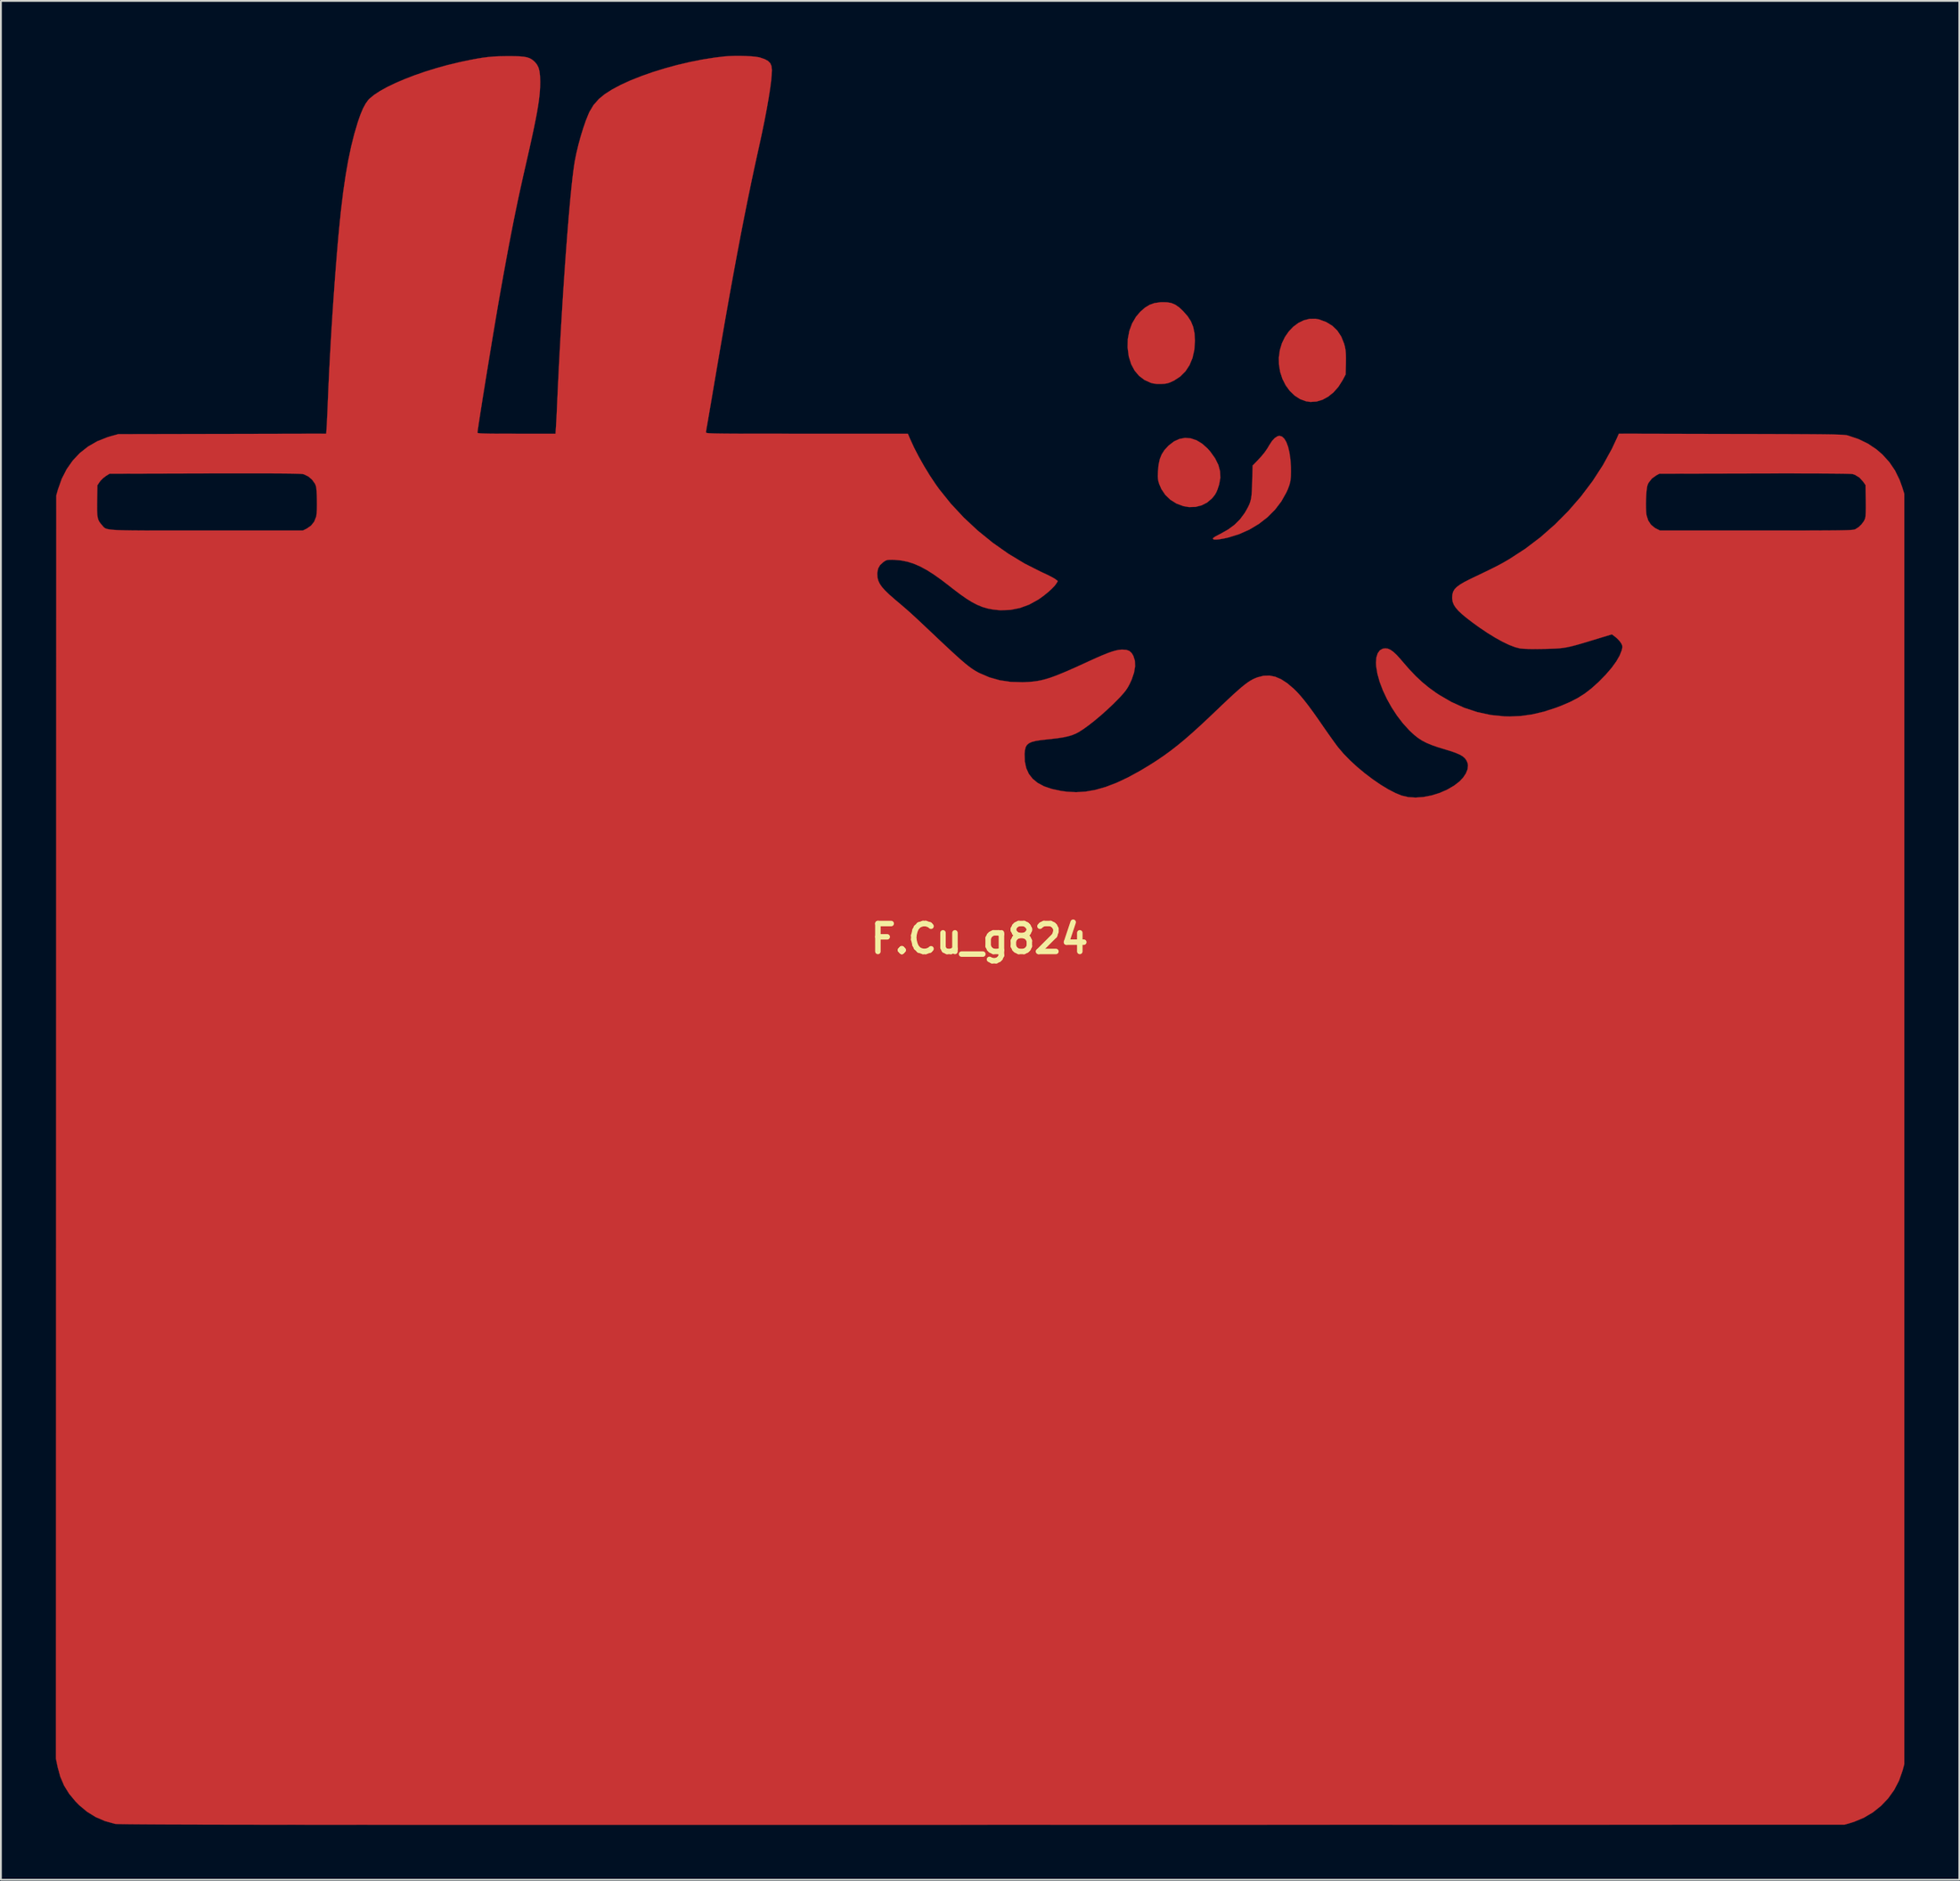
<source format=kicad_pcb>
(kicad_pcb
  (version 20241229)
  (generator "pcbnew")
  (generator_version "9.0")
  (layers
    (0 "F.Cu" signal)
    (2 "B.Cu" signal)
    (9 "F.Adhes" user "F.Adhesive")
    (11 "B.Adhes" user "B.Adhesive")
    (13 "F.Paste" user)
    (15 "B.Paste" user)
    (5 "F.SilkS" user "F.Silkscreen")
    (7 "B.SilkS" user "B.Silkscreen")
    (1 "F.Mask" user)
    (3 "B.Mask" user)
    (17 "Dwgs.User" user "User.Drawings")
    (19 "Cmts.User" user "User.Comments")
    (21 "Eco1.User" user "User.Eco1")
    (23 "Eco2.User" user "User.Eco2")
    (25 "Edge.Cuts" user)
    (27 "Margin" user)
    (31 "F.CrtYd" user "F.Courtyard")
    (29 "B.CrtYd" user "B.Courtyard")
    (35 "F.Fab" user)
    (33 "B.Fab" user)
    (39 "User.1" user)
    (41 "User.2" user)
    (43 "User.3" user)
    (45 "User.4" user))
  (footprint "F.Cu_g824"
    (layer "F.Cu")
    (at 50.467 48.256)
    (property "Reference" "F.Cu_g824" (at 0 0 0) (layer "F.SilkS") (effects (font (size 1.524 1.524) (thickness 0.3))))
    (attr through_hole)
    (fp_poly (pts (xy 18.553 -33.848) (xy 18.943 -33.705) (xy 19.275 -33.502) (xy 19.549 -33.237) (xy 19.763 -32.912) (xy 19.918 -32.526) (xy 19.964 -32.356) (xy 19.995 -32.185) (xy 20.013 -31.987) (xy 20.02 -31.74) (xy 20.017 -31.454) (xy 20.002 -30.84) (xy 19.834 -30.525) (xy 19.608 -30.168) (xy 19.344 -29.868) (xy 19.052 -29.631) (xy 18.739 -29.461) (xy 18.412 -29.363) (xy 18.081 -29.342) (xy 17.841 -29.377) (xy 17.513 -29.497) (xy 17.214 -29.69) (xy 16.95 -29.945) (xy 16.726 -30.253) (xy 16.549 -30.604) (xy 16.425 -30.988) (xy 16.359 -31.397) (xy 16.354 -31.771) (xy 16.409 -32.172) (xy 16.523 -32.547) (xy 16.688 -32.89) (xy 16.898 -33.193) (xy 17.144 -33.451) (xy 17.42 -33.656) (xy 17.718 -33.801) (xy 18.031 -33.88) (xy 18.352 -33.885) (xy 18.553 -33.848)) (stroke (width 0.01) (type solid)) (fill yes) (layer "F.Cu"))
    (fp_poly (pts (xy 11.545 -27.35) (xy 11.856 -27.245) (xy 12.161 -27.06) (xy 12.457 -26.797) (xy 12.612 -26.621) (xy 12.871 -26.257) (xy 13.048 -25.9) (xy 13.142 -25.546) (xy 13.156 -25.191) (xy 13.091 -24.831) (xy 13.082 -24.802) (xy 13.009 -24.576) (xy 12.94 -24.408) (xy 12.862 -24.271) (xy 12.76 -24.139) (xy 12.688 -24.058) (xy 12.432 -23.841) (xy 12.132 -23.689) (xy 11.8 -23.605) (xy 11.451 -23.594) (xy 11.138 -23.647) (xy 10.757 -23.789) (xy 10.426 -23.997) (xy 10.149 -24.264) (xy 9.935 -24.583) (xy 9.819 -24.853) (xy 9.775 -24.997) (xy 9.75 -25.128) (xy 9.741 -25.273) (xy 9.746 -25.463) (xy 9.75 -25.548) (xy 9.785 -25.915) (xy 9.851 -26.218) (xy 9.955 -26.477) (xy 10.104 -26.708) (xy 10.307 -26.931) (xy 10.343 -26.966) (xy 10.629 -27.184) (xy 10.927 -27.321) (xy 11.234 -27.376) (xy 11.545 -27.35)) (stroke (width 0.01) (type solid)) (fill yes) (layer "F.Cu"))
    (fp_poly (pts (xy 10.227 -34.787) (xy 10.475 -34.746) (xy 10.694 -34.655) (xy 10.907 -34.507) (xy 11.113 -34.315) (xy 11.366 -34.029) (xy 11.551 -33.743) (xy 11.674 -33.44) (xy 11.744 -33.099) (xy 11.768 -32.704) (xy 11.768 -32.662) (xy 11.734 -32.179) (xy 11.635 -31.74) (xy 11.472 -31.35) (xy 11.249 -31.012) (xy 10.968 -30.731) (xy 10.63 -30.51) (xy 10.597 -30.494) (xy 10.416 -30.41) (xy 10.267 -30.36) (xy 10.11 -30.335) (xy 9.935 -30.324) (xy 9.684 -30.325) (xy 9.48 -30.353) (xy 9.352 -30.388) (xy 9.009 -30.544) (xy 8.716 -30.767) (xy 8.474 -31.054) (xy 8.289 -31.399) (xy 8.162 -31.8) (xy 8.152 -31.846) (xy 8.091 -32.319) (xy 8.103 -32.781) (xy 8.186 -33.221) (xy 8.336 -33.629) (xy 8.551 -33.996) (xy 8.779 -34.264) (xy 9.035 -34.49) (xy 9.286 -34.645) (xy 9.555 -34.74) (xy 9.864 -34.785) (xy 9.927 -34.789) (xy 10.227 -34.787)) (stroke (width 0.01) (type solid)) (fill yes) (layer "F.Cu"))
    (fp_poly (pts (xy 16.528 -27.448) (xy 16.654 -27.329) (xy 16.765 -27.14) (xy 16.858 -26.887) (xy 16.932 -26.576) (xy 16.984 -26.214) (xy 17.012 -25.808) (xy 17.017 -25.528) (xy 17.009 -25.248) (xy 16.984 -25.018) (xy 16.932 -24.807) (xy 16.848 -24.581) (xy 16.763 -24.392) (xy 16.487 -23.902) (xy 16.14 -23.448) (xy 15.728 -23.037) (xy 15.26 -22.674) (xy 14.742 -22.364) (xy 14.182 -22.115) (xy 13.605 -21.935) (xy 13.362 -21.88) (xy 13.141 -21.841) (xy 12.959 -21.82) (xy 12.833 -21.82) (xy 12.795 -21.828) (xy 12.754 -21.857) (xy 12.757 -21.892) (xy 12.814 -21.942) (xy 12.931 -22.012) (xy 13.116 -22.109) (xy 13.166 -22.134) (xy 13.587 -22.372) (xy 13.937 -22.63) (xy 14.231 -22.923) (xy 14.482 -23.261) (xy 14.595 -23.453) (xy 14.683 -23.617) (xy 14.751 -23.763) (xy 14.801 -23.907) (xy 14.838 -24.064) (xy 14.863 -24.248) (xy 14.88 -24.477) (xy 14.892 -24.765) (xy 14.899 -24.986) (xy 14.922 -25.863) (xy 15.18 -26.129) (xy 15.404 -26.371) (xy 15.581 -26.588) (xy 15.73 -26.805) (xy 15.826 -26.967) (xy 15.977 -27.2) (xy 16.133 -27.369) (xy 16.284 -27.466) (xy 16.389 -27.488) (xy 16.528 -27.448)) (stroke (width 0.01) (type solid)) (fill yes) (layer "F.Cu"))
    (fp_poly (pts (xy -12.755 -48.243) (xy -12.468 -48.227) (xy -12.222 -48.204) (xy -12.038 -48.173) (xy -12.002 -48.164) (xy -11.74 -48.075) (xy -11.554 -47.973) (xy -11.432 -47.848) (xy -11.366 -47.69) (xy -11.345 -47.487) (xy -11.345 -47.48) (xy -11.357 -47.201) (xy -11.391 -46.844) (xy -11.448 -46.416) (xy -11.526 -45.921) (xy -11.624 -45.363) (xy -11.741 -44.748) (xy -11.877 -44.08) (xy -12.032 -43.363) (xy -12.087 -43.117) (xy -12.277 -42.252) (xy -12.468 -41.356) (xy -12.661 -40.421) (xy -12.857 -39.445) (xy -13.057 -38.42) (xy -13.261 -37.343) (xy -13.471 -36.207) (xy -13.688 -35.009) (xy -13.912 -33.743) (xy -14.144 -32.403) (xy -14.387 -30.985) (xy -14.411 -30.84) (xy -14.491 -30.372) (xy -14.567 -29.924) (xy -14.638 -29.503) (xy -14.704 -29.118) (xy -14.763 -28.775) (xy -14.813 -28.483) (xy -14.853 -28.25) (xy -14.882 -28.084) (xy -14.899 -27.993) (xy -14.9 -27.987) (xy -14.925 -27.844) (xy -14.941 -27.725) (xy -14.944 -27.68) (xy -14.942 -27.669) (xy -14.933 -27.659) (xy -14.912 -27.649) (xy -14.877 -27.641) (xy -14.821 -27.634) (xy -14.742 -27.628) (xy -14.634 -27.623) (xy -14.494 -27.618) (xy -14.316 -27.614) (xy -14.098 -27.611) (xy -13.834 -27.608) (xy -13.521 -27.606) (xy -13.153 -27.604) (xy -12.727 -27.603) (xy -12.239 -27.602) (xy -11.684 -27.602) (xy -11.058 -27.602) (xy -10.356 -27.601) (xy -9.575 -27.601) (xy -9.429 -27.601) (xy -3.914 -27.601) (xy -3.793 -27.316) (xy -3.58 -26.852) (xy -3.321 -26.35) (xy -3.03 -25.834) (xy -2.719 -25.325) (xy -2.401 -24.847) (xy -2.206 -24.575) (xy -1.567 -23.779) (xy -0.859 -23.02) (xy -0.094 -22.306) (xy 0.721 -21.645) (xy 1.575 -21.044) (xy 2.458 -20.511) (xy 3.362 -20.054) (xy 3.425 -20.025) (xy 3.641 -19.925) (xy 3.839 -19.827) (xy 4.003 -19.741) (xy 4.114 -19.676) (xy 4.135 -19.661) (xy 4.277 -19.553) (xy 4.202 -19.424) (xy 4.103 -19.291) (xy 3.947 -19.129) (xy 3.75 -18.95) (xy 3.528 -18.769) (xy 3.296 -18.599) (xy 3.2 -18.535) (xy 2.712 -18.266) (xy 2.21 -18.081) (xy 1.694 -17.978) (xy 1.165 -17.958) (xy 1.088 -17.962) (xy 0.765 -17.994) (xy 0.466 -18.048) (xy 0.179 -18.13) (xy -0.108 -18.245) (xy -0.405 -18.399) (xy -0.724 -18.597) (xy -1.075 -18.844) (xy -1.471 -19.145) (xy -1.58 -19.231) (xy -2.056 -19.598) (xy -2.487 -19.905) (xy -2.881 -20.155) (xy -3.248 -20.353) (xy -3.597 -20.503) (xy -3.936 -20.61) (xy -4.276 -20.678) (xy -4.624 -20.711) (xy -4.741 -20.715) (xy -4.913 -20.716) (xy -5.03 -20.705) (xy -5.119 -20.676) (xy -5.211 -20.621) (xy -5.253 -20.591) (xy -5.434 -20.426) (xy -5.542 -20.238) (xy -5.586 -20.008) (xy -5.588 -19.929) (xy -5.575 -19.747) (xy -5.533 -19.577) (xy -5.455 -19.408) (xy -5.334 -19.232) (xy -5.164 -19.039) (xy -4.938 -18.82) (xy -4.65 -18.567) (xy -4.555 -18.486) (xy -4.359 -18.321) (xy -4.188 -18.175) (xy -4.032 -18.041) (xy -3.882 -17.909) (xy -3.728 -17.771) (xy -3.56 -17.617) (xy -3.369 -17.44) (xy -3.146 -17.231) (xy -2.881 -16.981) (xy -2.564 -16.682) (xy -2.561 -16.679) (xy -2.152 -16.292) (xy -1.798 -15.96) (xy -1.492 -15.676) (xy -1.23 -15.437) (xy -1.004 -15.236) (xy -0.81 -15.069) (xy -0.641 -14.932) (xy -0.491 -14.818) (xy -0.354 -14.723) (xy -0.225 -14.642) (xy -0.097 -14.57) (xy 0 -14.52) (xy 0.541 -14.288) (xy 1.105 -14.129) (xy 1.699 -14.041) (xy 2.335 -14.022) (xy 2.452 -14.025) (xy 2.701 -14.038) (xy 2.933 -14.058) (xy 3.155 -14.088) (xy 3.378 -14.131) (xy 3.609 -14.19) (xy 3.858 -14.267) (xy 4.133 -14.366) (xy 4.444 -14.489) (xy 4.8 -14.639) (xy 5.209 -14.819) (xy 5.679 -15.033) (xy 5.969 -15.166) (xy 6.374 -15.35) (xy 6.713 -15.497) (xy 6.996 -15.611) (xy 7.233 -15.696) (xy 7.433 -15.754) (xy 7.605 -15.789) (xy 7.759 -15.805) (xy 7.797 -15.806) (xy 8.02 -15.792) (xy 8.185 -15.733) (xy 8.311 -15.619) (xy 8.401 -15.47) (xy 8.486 -15.205) (xy 8.5 -14.898) (xy 8.443 -14.555) (xy 8.317 -14.178) (xy 8.202 -13.928) (xy 8.11 -13.757) (xy 8.01 -13.602) (xy 7.886 -13.443) (xy 7.724 -13.261) (xy 7.58 -13.11) (xy 7.265 -12.795) (xy 6.934 -12.484) (xy 6.597 -12.185) (xy 6.265 -11.908) (xy 5.949 -11.661) (xy 5.661 -11.454) (xy 5.41 -11.295) (xy 5.271 -11.221) (xy 5.078 -11.141) (xy 4.856 -11.073) (xy 4.594 -11.015) (xy 4.278 -10.965) (xy 3.896 -10.919) (xy 3.715 -10.9) (xy 3.357 -10.861) (xy 3.075 -10.817) (xy 2.859 -10.762) (xy 2.701 -10.691) (xy 2.591 -10.597) (xy 2.521 -10.475) (xy 2.481 -10.319) (xy 2.463 -10.124) (xy 2.462 -10.097) (xy 2.475 -9.689) (xy 2.551 -9.329) (xy 2.693 -9.015) (xy 2.901 -8.746) (xy 3.178 -8.52) (xy 3.525 -8.335) (xy 3.945 -8.191) (xy 4.438 -8.085) (xy 4.766 -8.04) (xy 5.277 -8.012) (xy 5.799 -8.045) (xy 6.339 -8.141) (xy 6.901 -8.302) (xy 7.491 -8.528) (xy 8.115 -8.822) (xy 8.779 -9.185) (xy 8.859 -9.232) (xy 9.281 -9.487) (xy 9.677 -9.739) (xy 10.056 -9.996) (xy 10.427 -10.265) (xy 10.801 -10.556) (xy 11.187 -10.873) (xy 11.594 -11.227) (xy 12.032 -11.623) (xy 12.511 -12.07) (xy 12.861 -12.403) (xy 13.248 -12.773) (xy 13.582 -13.088) (xy 13.868 -13.353) (xy 14.113 -13.574) (xy 14.322 -13.755) (xy 14.504 -13.901) (xy 14.662 -14.018) (xy 14.805 -14.111) (xy 14.938 -14.185) (xy 15.067 -14.244) (xy 15.195 -14.293) (xy 15.522 -14.376) (xy 15.841 -14.386) (xy 16.158 -14.323) (xy 16.48 -14.184) (xy 16.812 -13.968) (xy 17.161 -13.672) (xy 17.162 -13.671) (xy 17.344 -13.491) (xy 17.536 -13.28) (xy 17.743 -13.031) (xy 17.971 -12.737) (xy 18.227 -12.389) (xy 18.516 -11.981) (xy 18.692 -11.726) (xy 18.877 -11.458) (xy 19.063 -11.193) (xy 19.239 -10.945) (xy 19.394 -10.729) (xy 19.519 -10.559) (xy 19.581 -10.477) (xy 19.881 -10.123) (xy 20.233 -9.761) (xy 20.624 -9.4) (xy 21.042 -9.052) (xy 21.474 -8.724) (xy 21.906 -8.427) (xy 22.327 -8.171) (xy 22.724 -7.966) (xy 23.06 -7.828) (xy 23.424 -7.743) (xy 23.828 -7.718) (xy 24.258 -7.75) (xy 24.698 -7.835) (xy 25.133 -7.97) (xy 25.548 -8.15) (xy 25.929 -8.372) (xy 26.216 -8.593) (xy 26.422 -8.809) (xy 26.573 -9.037) (xy 26.665 -9.265) (xy 26.689 -9.479) (xy 26.668 -9.601) (xy 26.609 -9.743) (xy 26.525 -9.864) (xy 26.405 -9.97) (xy 26.239 -10.068) (xy 26.018 -10.163) (xy 25.732 -10.263) (xy 25.455 -10.347) (xy 25.049 -10.471) (xy 24.711 -10.589) (xy 24.427 -10.707) (xy 24.182 -10.834) (xy 23.961 -10.978) (xy 23.748 -11.147) (xy 23.53 -11.349) (xy 23.471 -11.407) (xy 23.132 -11.78) (xy 22.813 -12.196) (xy 22.52 -12.643) (xy 22.26 -13.109) (xy 22.039 -13.58) (xy 21.863 -14.043) (xy 21.739 -14.487) (xy 21.672 -14.899) (xy 21.662 -15.092) (xy 21.684 -15.378) (xy 21.755 -15.602) (xy 21.87 -15.762) (xy 22.028 -15.854) (xy 22.174 -15.875) (xy 22.312 -15.856) (xy 22.455 -15.793) (xy 22.612 -15.681) (xy 22.792 -15.513) (xy 23.002 -15.281) (xy 23.099 -15.166) (xy 23.478 -14.73) (xy 23.835 -14.355) (xy 24.187 -14.026) (xy 24.551 -13.727) (xy 24.943 -13.444) (xy 25.107 -13.335) (xy 25.784 -12.941) (xy 26.486 -12.624) (xy 27.207 -12.387) (xy 27.942 -12.23) (xy 28.685 -12.156) (xy 28.974 -12.15) (xy 29.59 -12.178) (xy 30.205 -12.265) (xy 30.836 -12.414) (xy 31.495 -12.628) (xy 31.792 -12.741) (xy 32.268 -12.945) (xy 32.683 -13.159) (xy 33.06 -13.397) (xy 33.422 -13.675) (xy 33.793 -14.007) (xy 33.841 -14.053) (xy 34.217 -14.437) (xy 34.533 -14.804) (xy 34.786 -15.151) (xy 34.971 -15.47) (xy 35.085 -15.758) (xy 35.096 -15.798) (xy 35.122 -15.929) (xy 35.116 -16.024) (xy 35.071 -16.127) (xy 35.051 -16.164) (xy 34.962 -16.285) (xy 34.837 -16.416) (xy 34.754 -16.486) (xy 34.55 -16.641) (xy 33.563 -16.341) (xy 33.162 -16.219) (xy 32.828 -16.12) (xy 32.548 -16.041) (xy 32.308 -15.98) (xy 32.094 -15.934) (xy 31.893 -15.901) (xy 31.691 -15.878) (xy 31.475 -15.863) (xy 31.231 -15.853) (xy 30.945 -15.845) (xy 30.814 -15.843) (xy 30.378 -15.837) (xy 30.02 -15.84) (xy 29.741 -15.851) (xy 29.545 -15.869) (xy 29.519 -15.873) (xy 29.25 -15.943) (xy 28.929 -16.067) (xy 28.564 -16.243) (xy 28.165 -16.464) (xy 27.739 -16.727) (xy 27.295 -17.026) (xy 26.968 -17.263) (xy 26.635 -17.516) (xy 26.37 -17.735) (xy 26.165 -17.928) (xy 26.015 -18.101) (xy 25.913 -18.262) (xy 25.852 -18.42) (xy 25.826 -18.582) (xy 25.824 -18.639) (xy 25.835 -18.811) (xy 25.875 -18.962) (xy 25.952 -19.098) (xy 26.075 -19.227) (xy 26.25 -19.357) (xy 26.486 -19.497) (xy 26.791 -19.653) (xy 26.924 -19.717) (xy 27.311 -19.902) (xy 27.634 -20.057) (xy 27.901 -20.187) (xy 28.125 -20.299) (xy 28.316 -20.396) (xy 28.485 -20.486) (xy 28.643 -20.574) (xy 28.801 -20.665) (xy 28.957 -20.757) (xy 29.818 -21.316) (xy 30.646 -21.945) (xy 31.434 -22.637) (xy 32.176 -23.384) (xy 32.519 -23.778) (xy 36.409 -23.778) (xy 36.412 -23.527) (xy 36.423 -23.307) (xy 36.444 -23.145) (xy 36.534 -22.86) (xy 36.688 -22.628) (xy 36.902 -22.454) (xy 36.964 -22.42) (xy 37.185 -22.31) (xy 42.437 -22.311) (xy 43.214 -22.311) (xy 43.911 -22.311) (xy 44.532 -22.312) (xy 45.082 -22.312) (xy 45.565 -22.313) (xy 45.987 -22.315) (xy 46.351 -22.317) (xy 46.662 -22.319) (xy 46.924 -22.322) (xy 47.143 -22.326) (xy 47.322 -22.33) (xy 47.466 -22.335) (xy 47.579 -22.341) (xy 47.667 -22.348) (xy 47.734 -22.355) (xy 47.783 -22.364) (xy 47.821 -22.374) (xy 47.85 -22.385) (xy 47.858 -22.389) (xy 48.032 -22.499) (xy 48.196 -22.658) (xy 48.326 -22.837) (xy 48.388 -22.974) (xy 48.407 -23.091) (xy 48.42 -23.288) (xy 48.425 -23.562) (xy 48.423 -23.907) (xy 48.422 -23.968) (xy 48.408 -24.8) (xy 48.28 -24.983) (xy 48.078 -25.205) (xy 47.838 -25.355) (xy 47.707 -25.401) (xy 47.636 -25.408) (xy 47.482 -25.414) (xy 47.244 -25.42) (xy 46.924 -25.424) (xy 46.522 -25.428) (xy 46.038 -25.431) (xy 45.475 -25.433) (xy 44.831 -25.434) (xy 44.109 -25.435) (xy 43.308 -25.434) (xy 42.429 -25.433) (xy 42.348 -25.432) (xy 37.148 -25.421) (xy 36.978 -25.33) (xy 36.734 -25.154) (xy 36.556 -24.927) (xy 36.507 -24.828) (xy 36.475 -24.71) (xy 36.448 -24.527) (xy 36.428 -24.298) (xy 36.415 -24.042) (xy 36.409 -23.778) (xy 32.519 -23.778) (xy 32.865 -24.178) (xy 33.495 -25.012) (xy 34.058 -25.88) (xy 34.548 -26.772) (xy 34.814 -27.338) (xy 34.931 -27.604) (xy 41.056 -27.59) (xy 41.902 -27.588) (xy 42.667 -27.587) (xy 43.356 -27.585) (xy 43.973 -27.583) (xy 44.523 -27.581) (xy 45.008 -27.578) (xy 45.435 -27.576) (xy 45.806 -27.573) (xy 46.126 -27.57) (xy 46.399 -27.566) (xy 46.63 -27.562) (xy 46.822 -27.557) (xy 46.98 -27.552) (xy 47.108 -27.546) (xy 47.211 -27.539) (xy 47.291 -27.532) (xy 47.355 -27.524) (xy 47.405 -27.515) (xy 47.445 -27.505) (xy 48.02 -27.312) (xy 48.536 -27.062) (xy 49.002 -26.75) (xy 49.333 -26.463) (xy 49.709 -26.049) (xy 50.019 -25.591) (xy 50.268 -25.081) (xy 50.408 -24.693) (xy 50.525 -24.32) (xy 50.525 45.106) (xy 50.427 45.466) (xy 50.236 46.008) (xy 49.973 46.512) (xy 49.644 46.972) (xy 49.254 47.382) (xy 48.81 47.737) (xy 48.318 48.029) (xy 47.784 48.253) (xy 47.604 48.31) (xy 47.265 48.408) (xy 0.148 48.415) (xy -2.297 48.416) (xy -4.658 48.416) (xy -6.938 48.416) (xy -9.137 48.417) (xy -11.257 48.417) (xy -13.299 48.417) (xy -15.265 48.417) (xy -17.156 48.417) (xy -18.973 48.417) (xy -20.718 48.417) (xy -22.393 48.417) (xy -23.998 48.417) (xy -25.535 48.417) (xy -27.005 48.417) (xy -28.41 48.416) (xy -29.751 48.416) (xy -31.03 48.416) (xy -32.247 48.415) (xy -33.405 48.415) (xy -34.504 48.414) (xy -35.547 48.413) (xy -36.534 48.413) (xy -37.467 48.412) (xy -38.347 48.411) (xy -39.175 48.41) (xy -39.954 48.409) (xy -40.684 48.408) (xy -41.366 48.407) (xy -42.003 48.405) (xy -42.596 48.404) (xy -43.145 48.403) (xy -43.653 48.401) (xy -44.12 48.4) (xy -44.548 48.398) (xy -44.939 48.396) (xy -45.294 48.394) (xy -45.614 48.392) (xy -45.9 48.39) (xy -46.155 48.388) (xy -46.379 48.386) (xy -46.573 48.384) (xy -46.74 48.381) (xy -46.881 48.379) (xy -46.996 48.376) (xy -47.087 48.374) (xy -47.157 48.371) (xy -47.205 48.368) (xy -47.234 48.365) (xy -47.239 48.364) (xy -47.793 48.209) (xy -48.294 47.992) (xy -48.754 47.708) (xy -49.185 47.349) (xy -49.384 47.148) (xy -49.737 46.723) (xy -50.015 46.274) (xy -50.223 45.787) (xy -50.369 45.251) (xy -50.374 45.226) (xy -50.462 44.795) (xy -50.451 10.279) (xy -50.44 -23.63) (xy -48.214 -23.63) (xy -48.212 -23.371) (xy -48.201 -23.17) (xy -48.178 -23.016) (xy -48.143 -22.894) (xy -48.091 -22.792) (xy -48.021 -22.696) (xy -47.972 -22.639) (xy -47.931 -22.592) (xy -47.897 -22.549) (xy -47.864 -22.511) (xy -47.829 -22.477) (xy -47.787 -22.447) (xy -47.733 -22.421) (xy -47.662 -22.398) (xy -47.571 -22.379) (xy -47.455 -22.363) (xy -47.31 -22.349) (xy -47.13 -22.338) (xy -46.912 -22.33) (xy -46.651 -22.323) (xy -46.342 -22.318) (xy -45.981 -22.315) (xy -45.564 -22.312) (xy -45.086 -22.311) (xy -44.543 -22.311) (xy -43.93 -22.31) (xy -43.242 -22.311) (xy -42.475 -22.311) (xy -42.225 -22.311) (xy -36.974 -22.31) (xy -36.755 -22.419) (xy -36.522 -22.58) (xy -36.35 -22.798) (xy -36.244 -23.066) (xy -36.235 -23.105) (xy -36.216 -23.252) (xy -36.204 -23.467) (xy -36.2 -23.734) (xy -36.203 -24.019) (xy -36.21 -24.283) (xy -36.22 -24.478) (xy -36.233 -24.619) (xy -36.251 -24.723) (xy -36.278 -24.806) (xy -36.311 -24.877) (xy -36.465 -25.092) (xy -36.667 -25.266) (xy -36.895 -25.379) (xy -36.973 -25.401) (xy -37.041 -25.408) (xy -37.169 -25.415) (xy -37.361 -25.421) (xy -37.617 -25.426) (xy -37.941 -25.43) (xy -38.335 -25.433) (xy -38.8 -25.435) (xy -39.339 -25.437) (xy -39.953 -25.437) (xy -40.646 -25.437) (xy -41.419 -25.436) (xy -42.274 -25.434) (xy -42.358 -25.434) (xy -47.526 -25.421) (xy -47.733 -25.293) (xy -47.879 -25.181) (xy -48.016 -25.044) (xy -48.069 -24.975) (xy -48.197 -24.786) (xy -48.211 -23.961) (xy -48.214 -23.63) (xy -50.44 -23.63) (xy -50.44 -24.236) (xy -50.348 -24.56) (xy -50.142 -25.14) (xy -49.872 -25.667) (xy -49.541 -26.138) (xy -49.151 -26.551) (xy -48.705 -26.902) (xy -48.207 -27.189) (xy -47.657 -27.409) (xy -47.464 -27.466) (xy -47.053 -27.58) (xy -41.374 -27.592) (xy -35.694 -27.604) (xy -35.671 -27.952) (xy -35.662 -28.09) (xy -35.652 -28.297) (xy -35.639 -28.557) (xy -35.626 -28.854) (xy -35.612 -29.173) (xy -35.601 -29.443) (xy -35.564 -30.32) (xy -35.52 -31.229) (xy -35.47 -32.16) (xy -35.416 -33.101) (xy -35.357 -34.043) (xy -35.295 -34.974) (xy -35.23 -35.885) (xy -35.163 -36.766) (xy -35.095 -37.604) (xy -35.027 -38.391) (xy -34.958 -39.116) (xy -34.891 -39.768) (xy -34.881 -39.857) (xy -34.764 -40.823) (xy -34.634 -41.712) (xy -34.491 -42.531) (xy -34.333 -43.286) (xy -34.159 -43.984) (xy -33.967 -44.631) (xy -33.964 -44.641) (xy -33.822 -45.048) (xy -33.683 -45.378) (xy -33.542 -45.64) (xy -33.396 -45.842) (xy -33.323 -45.918) (xy -33.075 -46.122) (xy -32.753 -46.333) (xy -32.363 -46.549) (xy -31.914 -46.765) (xy -31.416 -46.979) (xy -30.875 -47.188) (xy -30.302 -47.387) (xy -29.703 -47.573) (xy -29.089 -47.744) (xy -28.466 -47.895) (xy -28.261 -47.94) (xy -27.828 -48.03) (xy -27.459 -48.1) (xy -27.133 -48.153) (xy -26.832 -48.191) (xy -26.537 -48.216) (xy -26.23 -48.23) (xy -25.89 -48.236) (xy -25.76 -48.237) (xy -25.403 -48.235) (xy -25.119 -48.225) (xy -24.894 -48.205) (xy -24.717 -48.171) (xy -24.574 -48.121) (xy -24.454 -48.053) (xy -24.344 -47.964) (xy -24.297 -47.919) (xy -24.182 -47.781) (xy -24.099 -47.62) (xy -24.045 -47.423) (xy -24.014 -47.174) (xy -24.003 -46.858) (xy -24.003 -46.814) (xy -24.007 -46.585) (xy -24.02 -46.344) (xy -24.043 -46.086) (xy -24.077 -45.803) (xy -24.124 -45.489) (xy -24.184 -45.136) (xy -24.26 -44.739) (xy -24.351 -44.289) (xy -24.46 -43.78) (xy -24.587 -43.205) (xy -24.734 -42.557) (xy -24.787 -42.324) (xy -24.933 -41.683) (xy -25.071 -41.062) (xy -25.204 -40.451) (xy -25.332 -39.838) (xy -25.459 -39.213) (xy -25.587 -38.564) (xy -25.718 -37.881) (xy -25.854 -37.152) (xy -25.998 -36.366) (xy -26.151 -35.513) (xy -26.225 -35.094) (xy -26.283 -34.763) (xy -26.348 -34.385) (xy -26.419 -33.966) (xy -26.495 -33.514) (xy -26.575 -33.037) (xy -26.657 -32.54) (xy -26.741 -32.033) (xy -26.825 -31.521) (xy -26.908 -31.012) (xy -26.99 -30.513) (xy -27.067 -30.032) (xy -27.141 -29.575) (xy -27.208 -29.149) (xy -27.269 -28.763) (xy -27.322 -28.422) (xy -27.366 -28.135) (xy -27.4 -27.908) (xy -27.422 -27.749) (xy -27.432 -27.665) (xy -27.432 -27.657) (xy -27.419 -27.644) (xy -27.375 -27.634) (xy -27.294 -27.625) (xy -27.17 -27.617) (xy -26.997 -27.612) (xy -26.769 -27.607) (xy -26.479 -27.604) (xy -26.122 -27.603) (xy -25.691 -27.602) (xy -25.299 -27.601) (xy -23.165 -27.601) (xy -23.14 -27.972) (xy -23.129 -28.167) (xy -23.115 -28.413) (xy -23.102 -28.676) (xy -23.092 -28.892) (xy -23.051 -29.819) (xy -23.006 -30.752) (xy -22.959 -31.688) (xy -22.908 -32.621) (xy -22.855 -33.546) (xy -22.801 -34.456) (xy -22.745 -35.348) (xy -22.687 -36.215) (xy -22.629 -37.052) (xy -22.57 -37.854) (xy -22.512 -38.616) (xy -22.454 -39.332) (xy -22.396 -39.998) (xy -22.34 -40.607) (xy -22.285 -41.154) (xy -22.232 -41.634) (xy -22.181 -42.042) (xy -22.133 -42.373) (xy -22.119 -42.46) (xy -22.032 -42.902) (xy -21.922 -43.367) (xy -21.794 -43.837) (xy -21.655 -44.29) (xy -21.511 -44.707) (xy -21.366 -45.068) (xy -21.308 -45.198) (xy -21.087 -45.567) (xy -20.792 -45.9) (xy -20.468 -46.165) (xy -20.074 -46.416) (xy -19.607 -46.665) (xy -19.075 -46.908) (xy -18.49 -47.141) (xy -17.863 -47.362) (xy -17.204 -47.566) (xy -16.524 -47.752) (xy -15.832 -47.915) (xy -15.14 -48.052) (xy -14.458 -48.16) (xy -13.953 -48.22) (xy -13.683 -48.24) (xy -13.382 -48.25) (xy -13.066 -48.251) (xy -12.755 -48.243)) (stroke (width 0.01) (type solid)) (fill yes) (layer "F.Cu")))
  (gr_rect
    (start -3 -3)
    (end 103.997 99.678)
    (stroke (width 0.1) (type default))
    (fill no)
    (layer "Edge.Cuts")))
</source>
